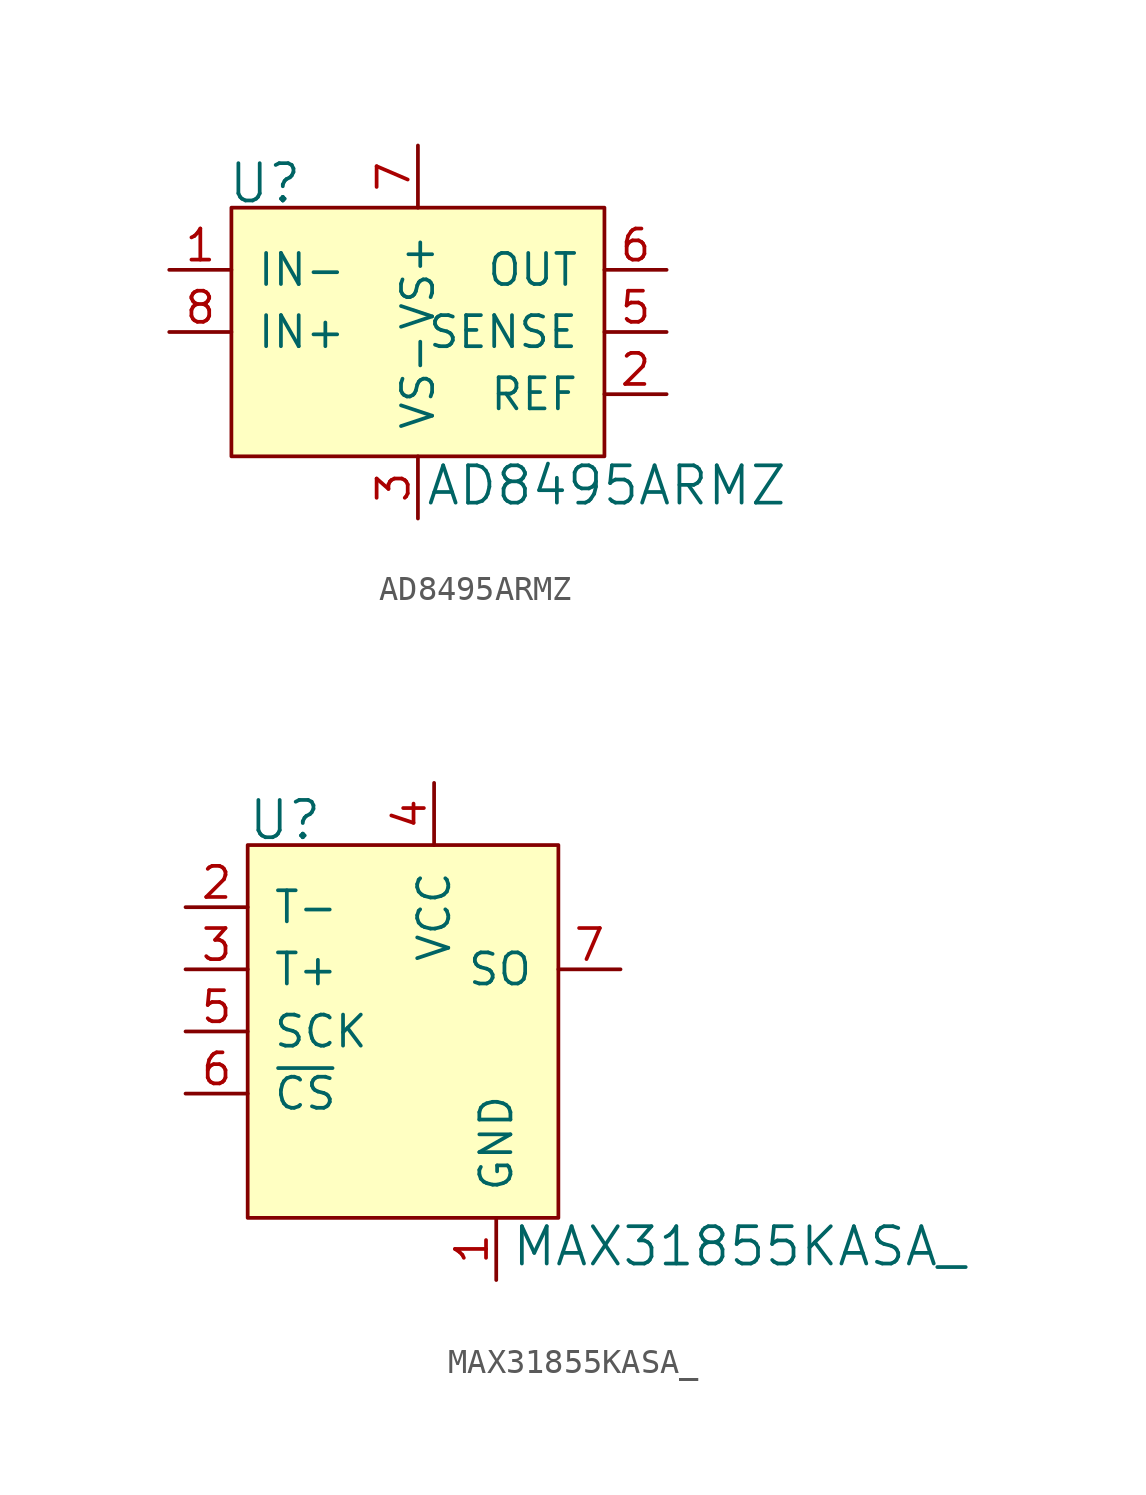
<source format=kicad_sym>
(kicad_symbol_lib
  (version 20231120)
  (generator "kicad_symbol_editor")
  (generator_version "8.0")
  (symbol "AD8495ARMZ"
    (pin_names
      (offset 1.016))
    (property "Reference" "U"
      (at -7.798 3.531 0)
      (effects (font (size 1.524 1.524)) (justify left)))
    (property "Value" "AD8495ARMZ"
      (at 0.279 -8.814 0)
      (effects (font (size 1.524 1.524)) (justify left)))
    (symbol "AD8495ARMZ_0_1"
      (rectangle (start 7.62 2.54) (end -7.62 -7.62) (stroke (width 0) (type default)) (fill (type background))))
    (symbol "AD8495ARMZ_1_1"
      (pin input line (at -10.16 0 0) (length 2.54) (name "IN-" (effects (font (size 1.27 1.27)))) (number "1" (effects (font (size 1.27 1.27)))))
      (pin output line (at 10.16 -5.08 180) (length 2.54) (name "REF" (effects (font (size 1.27 1.27)))) (number "2" (effects (font (size 1.27 1.27)))))
      (pin power_in line (at 0 -10.16 90) (length 2.54) (name "VS-" (effects (font (size 1.27 1.27)))) (number "3" (effects (font (size 1.27 1.27)))))
      (pin no_connect line (at -7.62 -5.08 0) (length 2.54) hide (name "NC" (effects (font (size 1.27 1.27)))) (number "4" (effects (font (size 1.27 1.27)))))
      (pin output line (at 10.16 -2.54 180) (length 2.54) (name "SENSE" (effects (font (size 1.27 1.27)))) (number "5" (effects (font (size 1.27 1.27)))))
      (pin output line (at 10.16 0 180) (length 2.54) (name "OUT" (effects (font (size 1.27 1.27)))) (number "6" (effects (font (size 1.27 1.27)))))
      (pin power_in line (at 0 5.08 270) (length 2.54) (name "VS+" (effects (font (size 1.27 1.27)))) (number "7" (effects (font (size 1.27 1.27)))))
      (pin input line (at -10.16 -2.54 0) (length 2.54) (name "IN+" (effects (font (size 1.27 1.27)))) (number "8" (effects (font (size 1.27 1.27)))))))
  (symbol "MAX31855KASA_"
    (pin_names
      (offset 1.016))
    (property "Reference" "U"
      (at -5.105 1.016 0)
      (effects (font (size 1.524 1.524)) (justify left)))
    (property "Value" "MAX31855KASA_"
      (at 5.664 -16.408 0)
      (effects (font (size 1.524 1.524)) (justify left)))
    (symbol "MAX31855KASA__0_1"
      (rectangle (start -5.08 0) (end 7.62 -15.24) (stroke (width 0) (type default)) (fill (type background))))
    (symbol "MAX31855KASA__1_1"
      (pin power_in line (at 5.08 -17.78 90) (length 2.54) (name "GND" (effects (font (size 1.27 1.27)))) (number "1" (effects (font (size 1.27 1.27)))))
      (pin input line (at -7.62 -2.54 0) (length 2.54) (name "T-" (effects (font (size 1.27 1.27)))) (number "2" (effects (font (size 1.27 1.27)))))
      (pin input line (at -7.62 -5.08 0) (length 2.54) (name "T+" (effects (font (size 1.27 1.27)))) (number "3" (effects (font (size 1.27 1.27)))))
      (pin power_in line (at 2.54 2.54 270) (length 2.54) (name "VCC" (effects (font (size 1.27 1.27)))) (number "4" (effects (font (size 1.27 1.27)))))
      (pin input line (at -7.62 -7.62 0) (length 2.54) (name "SCK" (effects (font (size 1.27 1.27)))) (number "5" (effects (font (size 1.27 1.27)))))
      (pin input line (at -7.62 -10.16 0) (length 2.54) (name "~{CS}" (effects (font (size 1.27 1.27)))) (number "6" (effects (font (size 1.27 1.27)))))
      (pin output line (at 10.16 -5.08 180) (length 2.54) (name "SO" (effects (font (size 1.27 1.27)))) (number "7" (effects (font (size 1.27 1.27)))))
      (pin no_connect line (at -5.08 -12.7 0) (length 2.54) hide (name "DNC" (effects (font (size 1.27 1.27)))) (number "8" (effects (font (size 1.27 1.27))))))))
</source>
